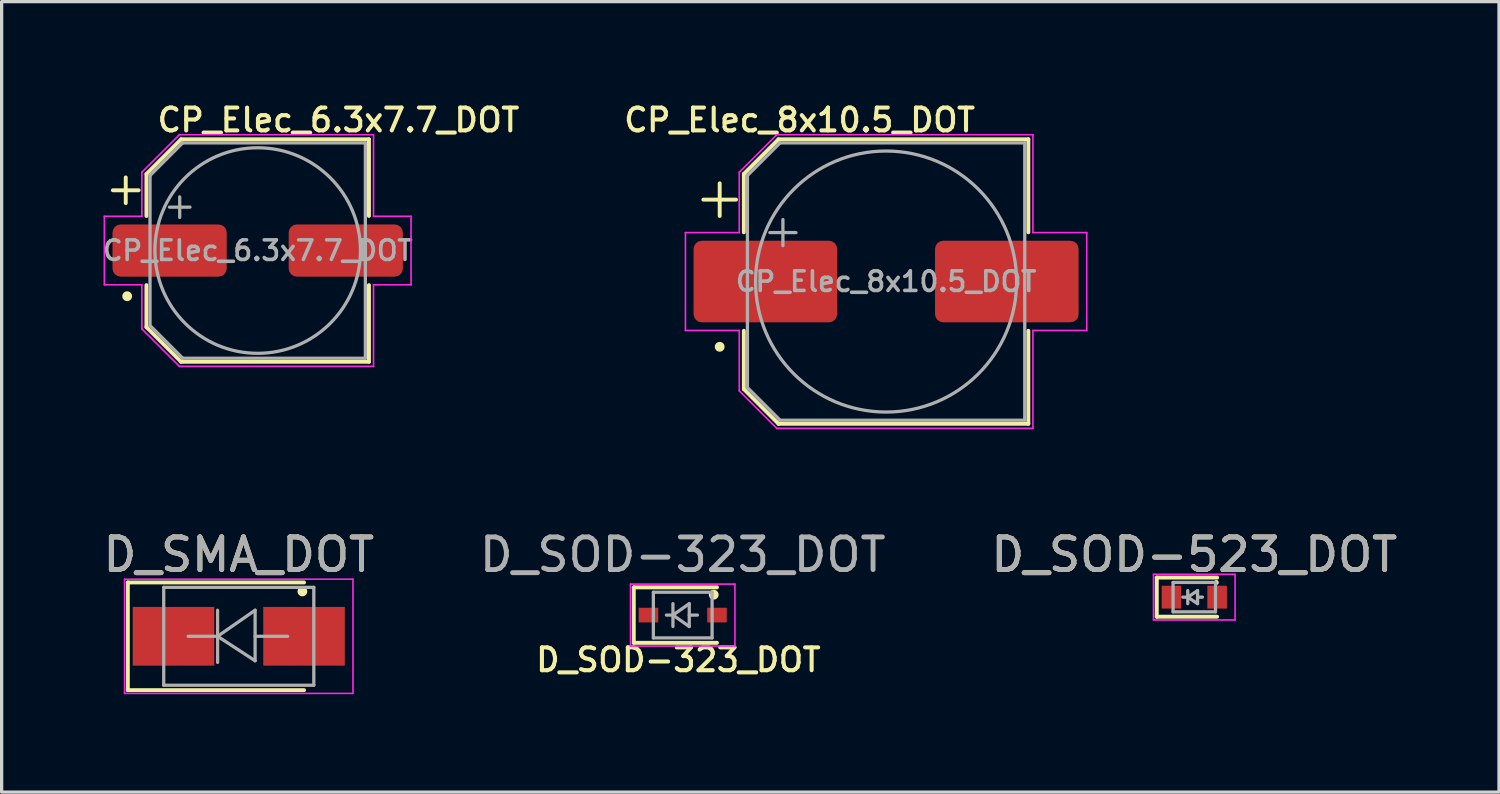
<source format=kicad_pcb>
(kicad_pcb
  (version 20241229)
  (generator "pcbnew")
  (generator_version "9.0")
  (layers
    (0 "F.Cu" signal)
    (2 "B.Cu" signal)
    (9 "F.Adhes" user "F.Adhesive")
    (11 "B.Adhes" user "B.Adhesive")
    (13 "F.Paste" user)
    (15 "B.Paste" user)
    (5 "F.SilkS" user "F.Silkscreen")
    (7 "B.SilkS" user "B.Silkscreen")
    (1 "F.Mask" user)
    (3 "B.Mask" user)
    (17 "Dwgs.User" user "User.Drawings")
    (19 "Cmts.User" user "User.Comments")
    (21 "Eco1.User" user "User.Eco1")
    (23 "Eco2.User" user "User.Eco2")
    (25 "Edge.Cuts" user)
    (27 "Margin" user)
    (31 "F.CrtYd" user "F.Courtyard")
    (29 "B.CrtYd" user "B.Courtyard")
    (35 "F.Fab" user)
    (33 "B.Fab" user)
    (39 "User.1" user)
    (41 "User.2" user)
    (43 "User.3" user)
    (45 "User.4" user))
  (footprint "D_SOD-523_DOT"
    (layer "F.Cu")
    (at 33.554 15.252)
    (property "Reference" "D_SOD-523_DOT" (at 0 -1.3 0) (layer "F.SilkS") (effects (font (size 1 1) (thickness 0.15))))
    (attr smd)
    (fp_line (start -1.15 -0.6) (end -1.15 0.6) (stroke (width 0.12) (type solid)) (layer "F.SilkS"))
    (fp_line (start 0.7 -0.6) (end -1.15 -0.6) (stroke (width 0.12) (type solid)) (layer "F.SilkS"))
    (fp_line (start 0.7 0.6) (end -1.15 0.6) (stroke (width 0.12) (type solid)) (layer "F.SilkS"))
    (fp_circle (center 0.675 -0.45) (end 0.725 -0.45) (stroke (width 0.05) (type solid)) (fill yes) (layer "F.SilkS"))
    (fp_line (start -1.25 -0.7) (end 1.25 -0.7) (stroke (width 0.05) (type solid)) (layer "F.CrtYd"))
    (fp_line (start -1.25 0.7) (end -1.25 -0.7) (stroke (width 0.05) (type solid)) (layer "F.CrtYd"))
    (fp_line (start 1.25 -0.7) (end 1.25 0.7) (stroke (width 0.05) (type solid)) (layer "F.CrtYd"))
    (fp_line (start 1.25 0.7) (end -1.25 0.7) (stroke (width 0.05) (type solid)) (layer "F.CrtYd"))
    (fp_line (start -0.65 -0.45) (end 0.65 -0.45) (stroke (width 0.1) (type solid)) (layer "F.Fab"))
    (fp_line (start -0.65 0.45) (end -0.65 -0.45) (stroke (width 0.1) (type solid)) (layer "F.Fab"))
    (fp_line (start -0.2 0) (end -0.35 0) (stroke (width 0.1) (type solid)) (layer "F.Fab"))
    (fp_line (start -0.2 0) (end 0.1 0.2) (stroke (width 0.1) (type solid)) (layer "F.Fab"))
    (fp_line (start -0.2 0.2) (end -0.2 -0.2) (stroke (width 0.1) (type solid)) (layer "F.Fab"))
    (fp_line (start 0.1 -0.2) (end -0.2 0) (stroke (width 0.1) (type solid)) (layer "F.Fab"))
    (fp_line (start 0.1 0) (end 0.25 0) (stroke (width 0.1) (type solid)) (layer "F.Fab"))
    (fp_line (start 0.1 0.2) (end 0.1 -0.2) (stroke (width 0.1) (type solid)) (layer "F.Fab"))
    (fp_line (start 0.65 -0.45) (end 0.65 0.45) (stroke (width 0.1) (type solid)) (layer "F.Fab"))
    (fp_line (start 0.65 0.45) (end -0.65 0.45) (stroke (width 0.1) (type solid)) (layer "F.Fab"))
    (fp_text user "${REFERENCE}" (at 0 -1.3 0) (layer "F.Fab") (effects (font (size 1 1) (thickness 0.15))))
    (pad "1" smd rect (at -0.7 0 180) (size 0.6 0.7) (layers "F.Cu" "F.Mask" "F.Paste"))
    (pad "2" smd rect (at 0.7 0 180) (size 0.6 0.7) (layers "F.Cu" "F.Mask" "F.Paste")))
  (footprint "CP_Elec_8x10.5_DOT"
    (layer "F.Cu")
    (at 24.108 5.579)
    (property "Reference" "CP_Elec_8x10.5_DOT" (at -2.65 -4.95 180) (layer "F.SilkS") (effects (font (size 0.7 0.7) (thickness 0.125))))
    (attr smd)
    (fp_line (start -5.6 -2.51) (end -4.6 -2.51) (stroke (width 0.12) (type solid)) (layer "F.SilkS"))
    (fp_line (start -5.1 -3.01) (end -5.1 -2.01) (stroke (width 0.12) (type solid)) (layer "F.SilkS"))
    (fp_line (start -4.36 -3.296) (end -4.36 -1.51) (stroke (width 0.12) (type solid)) (layer "F.SilkS"))
    (fp_line (start -4.36 -3.296) (end -3.296 -4.36) (stroke (width 0.12) (type solid)) (layer "F.SilkS"))
    (fp_line (start -4.36 3.296) (end -4.36 1.51) (stroke (width 0.12) (type solid)) (layer "F.SilkS"))
    (fp_line (start -4.36 3.296) (end -3.296 4.36) (stroke (width 0.12) (type solid)) (layer "F.SilkS"))
    (fp_line (start -3.296 -4.36) (end 4.36 -4.36) (stroke (width 0.12) (type solid)) (layer "F.SilkS"))
    (fp_line (start -3.296 4.36) (end 4.36 4.36) (stroke (width 0.12) (type solid)) (layer "F.SilkS"))
    (fp_line (start 4.36 -4.36) (end 4.36 -1.51) (stroke (width 0.12) (type solid)) (layer "F.SilkS"))
    (fp_line (start 4.36 4.36) (end 4.36 1.51) (stroke (width 0.12) (type solid)) (layer "F.SilkS"))
    (fp_circle (center -5.1 2) (end -5 2) (stroke (width 0.1) (type solid)) (fill yes) (layer "F.SilkS"))
    (fp_line (start -6.15 -1.5) (end -6.15 1.5) (stroke (width 0.05) (type solid)) (layer "F.CrtYd"))
    (fp_line (start -6.15 1.5) (end -4.5 1.5) (stroke (width 0.05) (type solid)) (layer "F.CrtYd"))
    (fp_line (start -4.5 -3.35) (end -4.5 -1.5) (stroke (width 0.05) (type solid)) (layer "F.CrtYd"))
    (fp_line (start -4.5 -3.35) (end -3.35 -4.5) (stroke (width 0.05) (type solid)) (layer "F.CrtYd"))
    (fp_line (start -4.5 -1.5) (end -6.15 -1.5) (stroke (width 0.05) (type solid)) (layer "F.CrtYd"))
    (fp_line (start -4.5 1.5) (end -4.5 3.35) (stroke (width 0.05) (type solid)) (layer "F.CrtYd"))
    (fp_line (start -4.5 3.35) (end -3.35 4.5) (stroke (width 0.05) (type solid)) (layer "F.CrtYd"))
    (fp_line (start -3.35 -4.5) (end 4.5 -4.5) (stroke (width 0.05) (type solid)) (layer "F.CrtYd"))
    (fp_line (start -3.35 4.5) (end 4.5 4.5) (stroke (width 0.05) (type solid)) (layer "F.CrtYd"))
    (fp_line (start 4.5 -4.5) (end 4.5 -1.5) (stroke (width 0.05) (type solid)) (layer "F.CrtYd"))
    (fp_line (start 4.5 -1.5) (end 6.15 -1.5) (stroke (width 0.05) (type solid)) (layer "F.CrtYd"))
    (fp_line (start 4.5 1.5) (end 4.5 4.5) (stroke (width 0.05) (type solid)) (layer "F.CrtYd"))
    (fp_line (start 6.15 -1.5) (end 6.15 1.5) (stroke (width 0.05) (type solid)) (layer "F.CrtYd"))
    (fp_line (start 6.15 1.5) (end 4.5 1.5) (stroke (width 0.05) (type solid)) (layer "F.CrtYd"))
    (fp_line (start -4.25 -3.25) (end -4.25 3.25) (stroke (width 0.1) (type solid)) (layer "F.Fab"))
    (fp_line (start -4.25 -3.25) (end -3.25 -4.25) (stroke (width 0.1) (type solid)) (layer "F.Fab"))
    (fp_line (start -4.25 3.25) (end -3.25 4.25) (stroke (width 0.1) (type solid)) (layer "F.Fab"))
    (fp_line (start -3.562 -1.5) (end -2.762 -1.5) (stroke (width 0.1) (type solid)) (layer "F.Fab"))
    (fp_line (start -3.25 -4.25) (end 4.25 -4.25) (stroke (width 0.1) (type solid)) (layer "F.Fab"))
    (fp_line (start -3.25 4.25) (end 4.25 4.25) (stroke (width 0.1) (type solid)) (layer "F.Fab"))
    (fp_line (start -3.162 -1.9) (end -3.162 -1.1) (stroke (width 0.1) (type solid)) (layer "F.Fab"))
    (fp_line (start 4.25 -4.25) (end 4.25 4.25) (stroke (width 0.1) (type solid)) (layer "F.Fab"))
    (fp_circle (center 0 0) (end 4 0) (stroke (width 0.1) (type solid)) (fill no) (layer "F.Fab"))
    (fp_text user "${REFERENCE}" (at 0 0 180) (layer "F.Fab") (effects (font (size 0.6 0.6) (thickness 0.11))))
    (pad "1" smd roundrect (at -3.7 0) (size 4.4 2.5) (layers "F.Cu" "F.Mask" "F.Paste") (roundrect_rratio 0.1))
    (pad "2" smd roundrect (at 3.7 0) (size 4.4 2.5) (layers "F.Cu" "F.Mask" "F.Paste") (roundrect_rratio 0.1)))
  (footprint "CP_Elec_6.3x7.7_DOT"
    (layer "F.Cu")
    (at 4.848 4.629)
    (property "Reference" "CP_Elec_6.3x7.7_DOT" (at 2.475 -4 180) (layer "F.SilkS") (effects (font (size 0.7 0.7) (thickness 0.125))))
    (attr smd)
    (fp_line (start -4.438 -1.847) (end -3.65 -1.847) (stroke (width 0.12) (type solid)) (layer "F.SilkS"))
    (fp_line (start -4.044 -2.241) (end -4.044 -1.454) (stroke (width 0.12) (type solid)) (layer "F.SilkS"))
    (fp_line (start -3.41 -2.346) (end -3.41 -1.06) (stroke (width 0.12) (type solid)) (layer "F.SilkS"))
    (fp_line (start -3.41 -2.346) (end -2.346 -3.41) (stroke (width 0.12) (type solid)) (layer "F.SilkS"))
    (fp_line (start -3.41 2.346) (end -3.41 1.06) (stroke (width 0.12) (type solid)) (layer "F.SilkS"))
    (fp_line (start -3.41 2.346) (end -2.346 3.41) (stroke (width 0.12) (type solid)) (layer "F.SilkS"))
    (fp_line (start -2.346 -3.41) (end 3.41 -3.41) (stroke (width 0.12) (type solid)) (layer "F.SilkS"))
    (fp_line (start -2.346 3.41) (end 3.41 3.41) (stroke (width 0.12) (type solid)) (layer "F.SilkS"))
    (fp_line (start 3.41 -3.41) (end 3.41 -1.06) (stroke (width 0.12) (type solid)) (layer "F.SilkS"))
    (fp_line (start 3.41 3.41) (end 3.41 1.06) (stroke (width 0.12) (type solid)) (layer "F.SilkS"))
    (fp_circle (center -4 1.4) (end -3.9 1.4) (stroke (width 0.1) (type solid)) (fill yes) (layer "F.SilkS"))
    (fp_line (start -4.7 -1.05) (end -4.7 1.05) (stroke (width 0.05) (type solid)) (layer "F.CrtYd"))
    (fp_line (start -4.7 1.05) (end -3.55 1.05) (stroke (width 0.05) (type solid)) (layer "F.CrtYd"))
    (fp_line (start -3.55 -2.4) (end -3.55 -1.05) (stroke (width 0.05) (type solid)) (layer "F.CrtYd"))
    (fp_line (start -3.55 -2.4) (end -2.4 -3.55) (stroke (width 0.05) (type solid)) (layer "F.CrtYd"))
    (fp_line (start -3.55 -1.05) (end -4.7 -1.05) (stroke (width 0.05) (type solid)) (layer "F.CrtYd"))
    (fp_line (start -3.55 1.05) (end -3.55 2.4) (stroke (width 0.05) (type solid)) (layer "F.CrtYd"))
    (fp_line (start -3.55 2.4) (end -2.4 3.55) (stroke (width 0.05) (type solid)) (layer "F.CrtYd"))
    (fp_line (start -2.4 -3.55) (end 3.55 -3.55) (stroke (width 0.05) (type solid)) (layer "F.CrtYd"))
    (fp_line (start -2.4 3.55) (end 3.55 3.55) (stroke (width 0.05) (type solid)) (layer "F.CrtYd"))
    (fp_line (start 3.55 -3.55) (end 3.55 -1.05) (stroke (width 0.05) (type solid)) (layer "F.CrtYd"))
    (fp_line (start 3.55 -1.05) (end 4.7 -1.05) (stroke (width 0.05) (type solid)) (layer "F.CrtYd"))
    (fp_line (start 3.55 1.05) (end 3.55 3.55) (stroke (width 0.05) (type solid)) (layer "F.CrtYd"))
    (fp_line (start 4.7 -1.05) (end 4.7 1.05) (stroke (width 0.05) (type solid)) (layer "F.CrtYd"))
    (fp_line (start 4.7 1.05) (end 3.55 1.05) (stroke (width 0.05) (type solid)) (layer "F.CrtYd"))
    (fp_line (start -3.3 -2.3) (end -3.3 2.3) (stroke (width 0.1) (type solid)) (layer "F.Fab"))
    (fp_line (start -3.3 -2.3) (end -2.3 -3.3) (stroke (width 0.1) (type solid)) (layer "F.Fab"))
    (fp_line (start -3.3 2.3) (end -2.3 3.3) (stroke (width 0.1) (type solid)) (layer "F.Fab"))
    (fp_line (start -2.705 -1.33) (end -2.075 -1.33) (stroke (width 0.1) (type solid)) (layer "F.Fab"))
    (fp_line (start -2.39 -1.645) (end -2.39 -1.015) (stroke (width 0.1) (type solid)) (layer "F.Fab"))
    (fp_line (start -2.3 -3.3) (end 3.3 -3.3) (stroke (width 0.1) (type solid)) (layer "F.Fab"))
    (fp_line (start -2.3 3.3) (end 3.3 3.3) (stroke (width 0.1) (type solid)) (layer "F.Fab"))
    (fp_line (start 3.3 -3.3) (end 3.3 3.3) (stroke (width 0.1) (type solid)) (layer "F.Fab"))
    (fp_circle (center 0 0) (end 3.15 0) (stroke (width 0.1) (type solid)) (fill no) (layer "F.Fab"))
    (fp_text user "${REFERENCE}" (at 0 0 180) (layer "F.Fab") (effects (font (size 0.6 0.6) (thickness 0.11))))
    (pad "1" smd roundrect (at -2.7 0) (size 3.5 1.6) (layers "F.Cu" "F.Mask" "F.Paste") (roundrect_rratio 0.156))
    (pad "2" smd roundrect (at 2.7 0) (size 3.5 1.6) (layers "F.Cu" "F.Mask" "F.Paste") (roundrect_rratio 0.156)))
  (footprint "D_SOD-323_DOT"
    (layer "F.Cu")
    (at 17.875 15.802)
    (property "Reference" "D_SOD-323_DOT" (at -0.132 1.372 0) (layer "F.SilkS") (effects (font (size 0.7 0.7) (thickness 0.125))))
    (attr smd)
    (fp_line (start -1.5 -0.85) (end -1.5 0.85) (stroke (width 0.12) (type solid)) (layer "F.SilkS"))
    (fp_line (start -1.5 -0.85) (end 1.05 -0.85) (stroke (width 0.12) (type solid)) (layer "F.SilkS"))
    (fp_line (start -1.5 0.85) (end 1.05 0.85) (stroke (width 0.12) (type solid)) (layer "F.SilkS"))
    (fp_circle (center 0.95 -0.625) (end 1.05 -0.625) (stroke (width 0.1) (type solid)) (fill yes) (layer "F.SilkS"))
    (fp_line (start -1.6 -0.95) (end -1.6 0.95) (stroke (width 0.05) (type solid)) (layer "F.CrtYd"))
    (fp_line (start -1.6 -0.95) (end 1.6 -0.95) (stroke (width 0.05) (type solid)) (layer "F.CrtYd"))
    (fp_line (start -1.6 0.95) (end 1.6 0.95) (stroke (width 0.05) (type solid)) (layer "F.CrtYd"))
    (fp_line (start 1.6 -0.95) (end 1.6 0.95) (stroke (width 0.05) (type solid)) (layer "F.CrtYd"))
    (fp_line (start -0.9 -0.7) (end 0.9 -0.7) (stroke (width 0.1) (type solid)) (layer "F.Fab"))
    (fp_line (start -0.9 0.7) (end -0.9 -0.7) (stroke (width 0.1) (type solid)) (layer "F.Fab"))
    (fp_line (start -0.3 -0.35) (end -0.3 0.35) (stroke (width 0.1) (type solid)) (layer "F.Fab"))
    (fp_line (start -0.3 0) (end -0.5 0) (stroke (width 0.1) (type solid)) (layer "F.Fab"))
    (fp_line (start -0.3 0) (end 0.2 -0.35) (stroke (width 0.1) (type solid)) (layer "F.Fab"))
    (fp_line (start 0.2 -0.35) (end 0.2 0.35) (stroke (width 0.1) (type solid)) (layer "F.Fab"))
    (fp_line (start 0.2 0) (end 0.45 0) (stroke (width 0.1) (type solid)) (layer "F.Fab"))
    (fp_line (start 0.2 0.35) (end -0.3 0) (stroke (width 0.1) (type solid)) (layer "F.Fab"))
    (fp_line (start 0.9 -0.7) (end 0.9 0.7) (stroke (width 0.1) (type solid)) (layer "F.Fab"))
    (fp_line (start 0.9 0.7) (end -0.9 0.7) (stroke (width 0.1) (type solid)) (layer "F.Fab"))
    (fp_text user "${REFERENCE}" (at 0 -1.85 0) (layer "F.Fab") (effects (font (size 1 1) (thickness 0.15))))
    (pad "1" smd rect (at -1.05 0) (size 0.6 0.45) (layers "F.Cu" "F.Mask" "F.Paste"))
    (pad "2" smd rect (at 1.05 0) (size 0.6 0.45) (layers "F.Cu" "F.Mask" "F.Paste")))
  (footprint "D_SMA_DOT"
    (layer "F.Cu")
    (at 4.268 16.452)
    (property "Reference" "D_SMA_DOT" (at 0 -2.5 0) (layer "F.SilkS") (effects (font (size 1 1) (thickness 0.15))))
    (attr smd)
    (fp_line (start -3.4 -1.65) (end -3.4 1.65) (stroke (width 0.12) (type solid)) (layer "F.SilkS"))
    (fp_line (start -3.4 -1.65) (end 2 -1.65) (stroke (width 0.12) (type solid)) (layer "F.SilkS"))
    (fp_line (start -3.4 1.65) (end 2 1.65) (stroke (width 0.12) (type solid)) (layer "F.SilkS"))
    (fp_circle (center 1.95 -1.375) (end 2.05 -1.375) (stroke (width 0.1) (type solid)) (fill yes) (layer "F.SilkS"))
    (fp_line (start -3.5 -1.75) (end 3.5 -1.75) (stroke (width 0.05) (type solid)) (layer "F.CrtYd"))
    (fp_line (start -3.5 1.75) (end -3.5 -1.75) (stroke (width 0.05) (type solid)) (layer "F.CrtYd"))
    (fp_line (start 3.5 -1.75) (end 3.5 1.75) (stroke (width 0.05) (type solid)) (layer "F.CrtYd"))
    (fp_line (start 3.5 1.75) (end -3.5 1.75) (stroke (width 0.05) (type solid)) (layer "F.CrtYd"))
    (fp_line (start -2.3 1.5) (end -2.3 -1.5) (stroke (width 0.1) (type solid)) (layer "F.Fab"))
    (fp_line (start -0.649 -0.799) (end -0.649 0.801) (stroke (width 0.1) (type solid)) (layer "F.Fab"))
    (fp_line (start -0.649 0.001) (end -1.551 0.001) (stroke (width 0.1) (type solid)) (layer "F.Fab"))
    (fp_line (start -0.649 0.001) (end 0.501 -0.799) (stroke (width 0.1) (type solid)) (layer "F.Fab"))
    (fp_line (start -0.649 0.001) (end 0.501 0.75) (stroke (width 0.1) (type solid)) (layer "F.Fab"))
    (fp_line (start 0.501 0.001) (end 1.499 0.001) (stroke (width 0.1) (type solid)) (layer "F.Fab"))
    (fp_line (start 0.501 0.75) (end 0.501 -0.799) (stroke (width 0.1) (type solid)) (layer "F.Fab"))
    (fp_line (start 2.3 -1.5) (end -2.3 -1.5) (stroke (width 0.1) (type solid)) (layer "F.Fab"))
    (fp_line (start 2.3 -1.5) (end 2.3 1.5) (stroke (width 0.1) (type solid)) (layer "F.Fab"))
    (fp_line (start 2.3 1.5) (end -2.3 1.5) (stroke (width 0.1) (type solid)) (layer "F.Fab"))
    (fp_text user "${REFERENCE}" (at 0 -2.5 0) (layer "F.Fab") (effects (font (size 1 1) (thickness 0.15))))
    (pad "1" smd rect (at -2 0) (size 2.5 1.8) (layers "F.Cu" "F.Mask" "F.Paste"))
    (pad "2" smd rect (at 2 0) (size 2.5 1.8) (layers "F.Cu" "F.Mask" "F.Paste")))
  (gr_rect
    (start -3 -3)
    (end 42.893 21.227)
    (stroke (width 0.1) (type default))
    (fill no)
    (layer "Edge.Cuts")))
</source>
